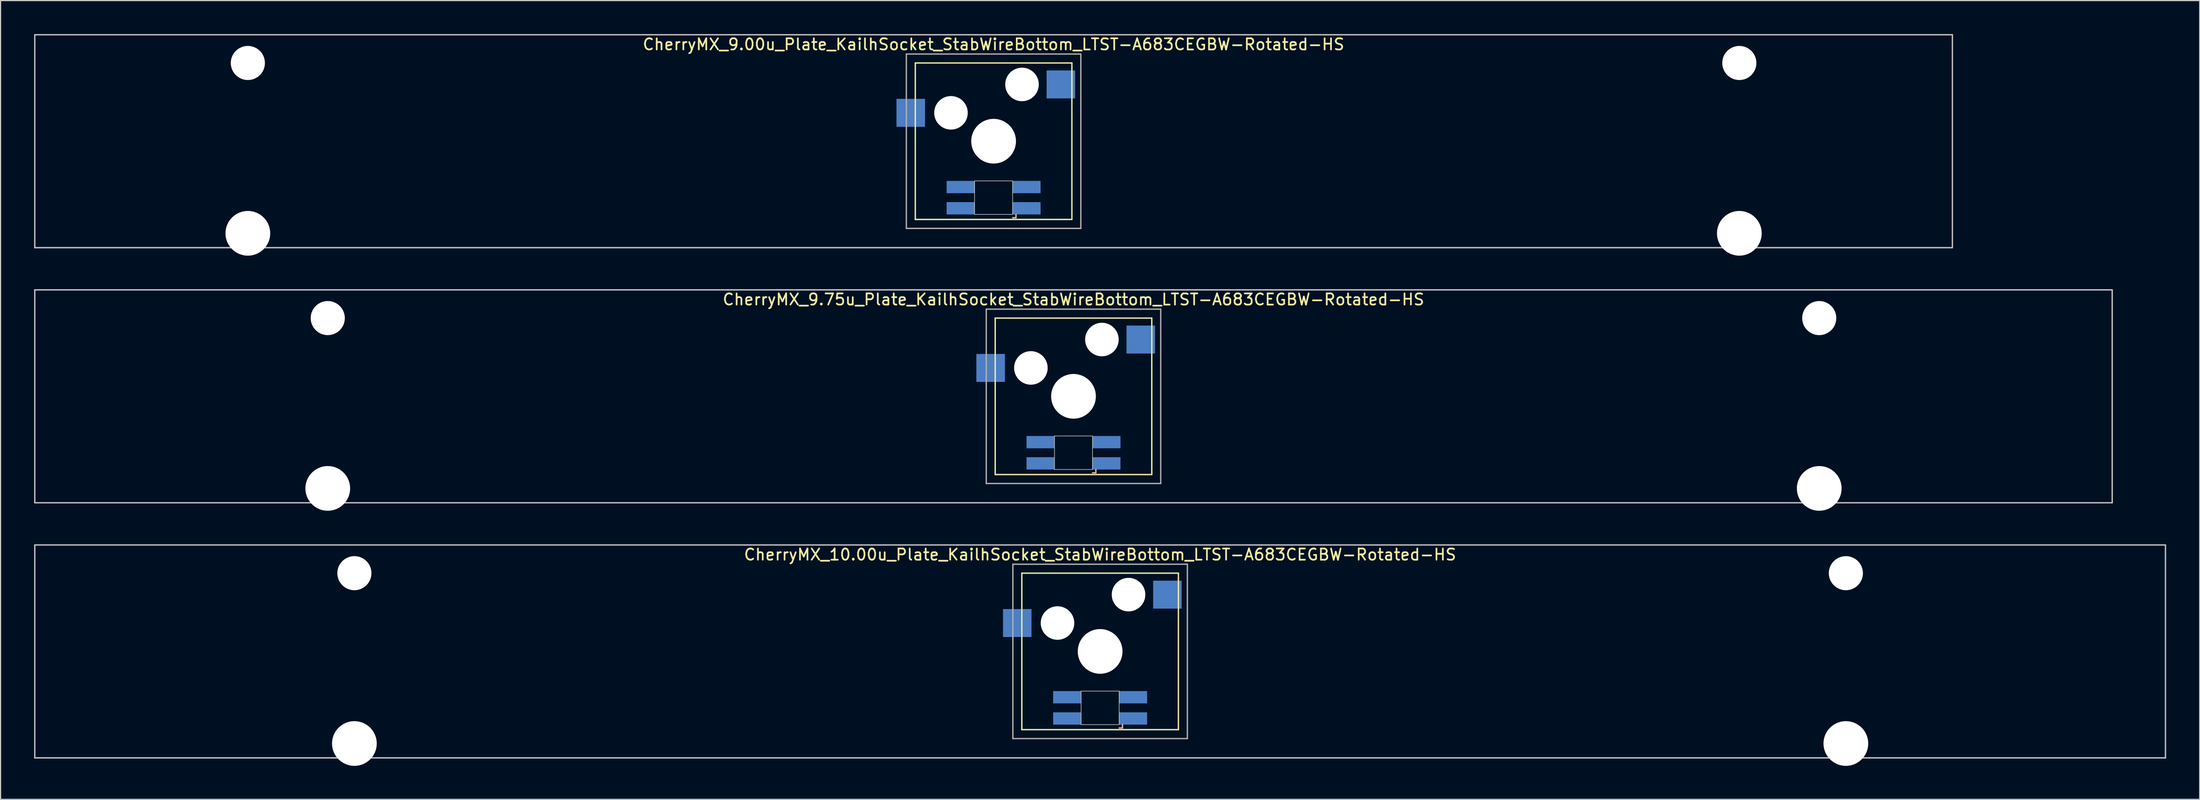
<source format=kicad_pcb>
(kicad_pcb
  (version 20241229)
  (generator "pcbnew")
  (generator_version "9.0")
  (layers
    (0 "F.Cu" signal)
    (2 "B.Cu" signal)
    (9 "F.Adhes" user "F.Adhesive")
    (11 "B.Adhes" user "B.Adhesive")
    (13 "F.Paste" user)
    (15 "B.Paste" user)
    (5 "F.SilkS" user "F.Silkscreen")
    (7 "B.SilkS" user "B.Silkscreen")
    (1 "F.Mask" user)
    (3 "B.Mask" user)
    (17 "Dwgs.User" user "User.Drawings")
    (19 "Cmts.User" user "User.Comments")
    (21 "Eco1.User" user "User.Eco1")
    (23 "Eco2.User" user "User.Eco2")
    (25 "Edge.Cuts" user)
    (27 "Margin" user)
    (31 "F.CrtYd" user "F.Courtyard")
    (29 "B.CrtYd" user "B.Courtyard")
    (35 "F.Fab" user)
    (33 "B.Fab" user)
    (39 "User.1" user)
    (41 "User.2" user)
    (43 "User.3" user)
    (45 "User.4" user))
  (footprint "CherryMX_10.00u_Plate_KailhSocket_StabWireBottom_LTST-A683CEGBW-Rotated-HS"
    (layer "F.Cu")
    (at 95.31 55.235)
    (property "Reference" "CherryMX_10.00u_Plate_KailhSocket_StabWireBottom_LTST-A683CEGBW-Rotated-HS" (at 0 -8.662 0) (layer "F.SilkS") (effects (font (size 1 1) (thickness 0.15))))
    (attr through_hole)
    (fp_line (start -7 -7) (end -7 7) (stroke (width 0.12) (type solid)) (layer "F.SilkS"))
    (fp_line (start -7 -7) (end 7 -7) (stroke (width 0.12) (type solid)) (layer "F.SilkS"))
    (fp_line (start 7 -7) (end 7 7) (stroke (width 0.12) (type solid)) (layer "F.SilkS"))
    (fp_line (start 7 7) (end -7 7) (stroke (width 0.12) (type solid)) (layer "F.SilkS"))
    (fp_line (start 1.7 6.85) (end 2 6.85) (stroke (width 0.12) (type solid)) (layer "B.SilkS"))
    (fp_line (start 2 6.85) (end 2 6.55) (stroke (width 0.12) (type solid)) (layer "B.SilkS"))
    (fp_line (start -95.25 -9.525) (end 95.25 -9.525) (stroke (width 0.12) (type solid)) (layer "Dwgs.User"))
    (fp_line (start -95.25 9.525) (end -95.25 -9.525) (stroke (width 0.12) (type solid)) (layer "Dwgs.User"))
    (fp_line (start 95.25 -9.525) (end 95.25 9.525) (stroke (width 0.12) (type solid)) (layer "Dwgs.User"))
    (fp_line (start 95.25 9.525) (end -95.25 9.525) (stroke (width 0.12) (type solid)) (layer "Dwgs.User"))
    (fp_line (start -1.7 3.55) (end 1.7 3.55) (stroke (width 0.05) (type solid)) (layer "Edge.Cuts"))
    (fp_line (start -1.7 6.55) (end -1.7 3.55) (stroke (width 0.05) (type solid)) (layer "Edge.Cuts"))
    (fp_line (start 1.7 3.55) (end 1.7 6.55) (stroke (width 0.05) (type solid)) (layer "Edge.Cuts"))
    (fp_line (start 1.7 6.55) (end -1.7 6.55) (stroke (width 0.05) (type solid)) (layer "Edge.Cuts"))
    (fp_line (start -7.8 -7.8) (end -7.8 7.8) (stroke (width 0.12) (type solid)) (layer "F.Fab"))
    (fp_line (start -7.8 -7.8) (end 7.8 -7.8) (stroke (width 0.12) (type solid)) (layer "F.Fab"))
    (fp_line (start -7.8 7.8) (end 7.8 7.8) (stroke (width 0.12) (type solid)) (layer "F.Fab"))
    (fp_line (start 7.8 -7.8) (end 7.8 7.8) (stroke (width 0.12) (type solid)) (layer "F.Fab"))
    (pad "" np_thru_hole circle (at -66.675 -7) (size 3.05 3.05) (drill 3.05) (layers "*.Cu" "*.Mask"))
    (pad "" np_thru_hole circle (at -66.675 8.24) (size 4 4) (drill 4) (layers "*.Cu" "*.Mask"))
    (pad "" np_thru_hole circle (at -3.81 -2.54) (size 3 3) (drill 3) (layers "*.Cu" "*.Mask"))
    (pad "" np_thru_hole circle (at 0 0) (size 4 4) (drill 4) (layers "*.Cu" "*.Mask"))
    (pad "" np_thru_hole circle (at 2.54 -5.08) (size 3 3) (drill 3) (layers "*.Cu" "*.Mask"))
    (pad "" np_thru_hole circle (at 66.675 -7) (size 3.05 3.05) (drill 3.05) (layers "*.Cu" "*.Mask"))
    (pad "" np_thru_hole circle (at 66.675 8.24) (size 4 4) (drill 4) (layers "*.Cu" "*.Mask"))
    (pad "1" smd rect (at -7.41 -2.54) (size 2.55 2.5) (layers "B.Cu" "B.Mask" "B.Paste"))
    (pad "2" smd rect (at 6.015 -5.08) (size 2.55 2.5) (layers "B.Cu" "B.Mask" "B.Paste"))
    (pad "3" smd rect (at 2.95 6) (size 2.5 1.1) (layers "B.Cu" "B.Mask" "B.Paste"))
    (pad "4" smd rect (at 2.95 4.1) (size 2.5 1.1) (layers "B.Cu" "B.Mask" "B.Paste"))
    (pad "5" smd rect (at -2.95 6) (size 2.5 1.1) (layers "B.Cu" "B.Mask" "B.Paste"))
    (pad "6" smd rect (at -2.95 4.1) (size 2.5 1.1) (layers "B.Cu" "B.Mask" "B.Paste")))
  (footprint "CherryMX_9.75u_Plate_KailhSocket_StabWireBottom_LTST-A683CEGBW-Rotated-HS"
    (layer "F.Cu")
    (at 92.929 32.41)
    (property "Reference" "CherryMX_9.75u_Plate_KailhSocket_StabWireBottom_LTST-A683CEGBW-Rotated-HS" (at 0 -8.662 0) (layer "F.SilkS") (effects (font (size 1 1) (thickness 0.15))))
    (attr through_hole)
    (fp_line (start -7 -7) (end -7 7) (stroke (width 0.12) (type solid)) (layer "F.SilkS"))
    (fp_line (start -7 -7) (end 7 -7) (stroke (width 0.12) (type solid)) (layer "F.SilkS"))
    (fp_line (start 7 -7) (end 7 7) (stroke (width 0.12) (type solid)) (layer "F.SilkS"))
    (fp_line (start 7 7) (end -7 7) (stroke (width 0.12) (type solid)) (layer "F.SilkS"))
    (fp_line (start 1.7 6.85) (end 2 6.85) (stroke (width 0.12) (type solid)) (layer "B.SilkS"))
    (fp_line (start 2 6.85) (end 2 6.55) (stroke (width 0.12) (type solid)) (layer "B.SilkS"))
    (fp_line (start -92.869 -9.525) (end 92.869 -9.525) (stroke (width 0.12) (type solid)) (layer "Dwgs.User"))
    (fp_line (start -92.869 9.525) (end -92.869 -9.525) (stroke (width 0.12) (type solid)) (layer "Dwgs.User"))
    (fp_line (start 92.869 -9.525) (end 92.869 9.525) (stroke (width 0.12) (type solid)) (layer "Dwgs.User"))
    (fp_line (start 92.869 9.525) (end -92.869 9.525) (stroke (width 0.12) (type solid)) (layer "Dwgs.User"))
    (fp_line (start -1.7 3.55) (end 1.7 3.55) (stroke (width 0.05) (type solid)) (layer "Edge.Cuts"))
    (fp_line (start -1.7 6.55) (end -1.7 3.55) (stroke (width 0.05) (type solid)) (layer "Edge.Cuts"))
    (fp_line (start 1.7 3.55) (end 1.7 6.55) (stroke (width 0.05) (type solid)) (layer "Edge.Cuts"))
    (fp_line (start 1.7 6.55) (end -1.7 6.55) (stroke (width 0.05) (type solid)) (layer "Edge.Cuts"))
    (fp_line (start -7.8 -7.8) (end -7.8 7.8) (stroke (width 0.12) (type solid)) (layer "F.Fab"))
    (fp_line (start -7.8 -7.8) (end 7.8 -7.8) (stroke (width 0.12) (type solid)) (layer "F.Fab"))
    (fp_line (start -7.8 7.8) (end 7.8 7.8) (stroke (width 0.12) (type solid)) (layer "F.Fab"))
    (fp_line (start 7.8 -7.8) (end 7.8 7.8) (stroke (width 0.12) (type solid)) (layer "F.Fab"))
    (pad "" np_thru_hole circle (at -66.675 -7) (size 3.05 3.05) (drill 3.05) (layers "*.Cu" "*.Mask"))
    (pad "" np_thru_hole circle (at -66.675 8.24) (size 4 4) (drill 4) (layers "*.Cu" "*.Mask"))
    (pad "" np_thru_hole circle (at -3.81 -2.54) (size 3 3) (drill 3) (layers "*.Cu" "*.Mask"))
    (pad "" np_thru_hole circle (at 0 0) (size 4 4) (drill 4) (layers "*.Cu" "*.Mask"))
    (pad "" np_thru_hole circle (at 2.54 -5.08) (size 3 3) (drill 3) (layers "*.Cu" "*.Mask"))
    (pad "" np_thru_hole circle (at 66.675 -7) (size 3.05 3.05) (drill 3.05) (layers "*.Cu" "*.Mask"))
    (pad "" np_thru_hole circle (at 66.675 8.24) (size 4 4) (drill 4) (layers "*.Cu" "*.Mask"))
    (pad "1" smd rect (at -7.41 -2.54) (size 2.55 2.5) (layers "B.Cu" "B.Mask" "B.Paste"))
    (pad "2" smd rect (at 6.015 -5.08) (size 2.55 2.5) (layers "B.Cu" "B.Mask" "B.Paste"))
    (pad "3" smd rect (at 2.95 6) (size 2.5 1.1) (layers "B.Cu" "B.Mask" "B.Paste"))
    (pad "4" smd rect (at 2.95 4.1) (size 2.5 1.1) (layers "B.Cu" "B.Mask" "B.Paste"))
    (pad "5" smd rect (at -2.95 6) (size 2.5 1.1) (layers "B.Cu" "B.Mask" "B.Paste"))
    (pad "6" smd rect (at -2.95 4.1) (size 2.5 1.1) (layers "B.Cu" "B.Mask" "B.Paste")))
  (footprint "CherryMX_9.00u_Plate_KailhSocket_StabWireBottom_LTST-A683CEGBW-Rotated-HS"
    (layer "F.Cu")
    (at 85.785 9.585)
    (property "Reference" "CherryMX_9.00u_Plate_KailhSocket_StabWireBottom_LTST-A683CEGBW-Rotated-HS" (at 0 -8.662 0) (layer "F.SilkS") (effects (font (size 1 1) (thickness 0.15))))
    (attr through_hole)
    (fp_line (start -7 -7) (end -7 7) (stroke (width 0.12) (type solid)) (layer "F.SilkS"))
    (fp_line (start -7 -7) (end 7 -7) (stroke (width 0.12) (type solid)) (layer "F.SilkS"))
    (fp_line (start 7 -7) (end 7 7) (stroke (width 0.12) (type solid)) (layer "F.SilkS"))
    (fp_line (start 7 7) (end -7 7) (stroke (width 0.12) (type solid)) (layer "F.SilkS"))
    (fp_line (start 1.7 6.85) (end 2 6.85) (stroke (width 0.12) (type solid)) (layer "B.SilkS"))
    (fp_line (start 2 6.85) (end 2 6.55) (stroke (width 0.12) (type solid)) (layer "B.SilkS"))
    (fp_line (start -85.725 -9.525) (end 85.725 -9.525) (stroke (width 0.12) (type solid)) (layer "Dwgs.User"))
    (fp_line (start -85.725 9.525) (end -85.725 -9.525) (stroke (width 0.12) (type solid)) (layer "Dwgs.User"))
    (fp_line (start 85.725 -9.525) (end 85.725 9.525) (stroke (width 0.12) (type solid)) (layer "Dwgs.User"))
    (fp_line (start 85.725 9.525) (end -85.725 9.525) (stroke (width 0.12) (type solid)) (layer "Dwgs.User"))
    (fp_line (start -1.7 3.55) (end 1.7 3.55) (stroke (width 0.05) (type solid)) (layer "Edge.Cuts"))
    (fp_line (start -1.7 6.55) (end -1.7 3.55) (stroke (width 0.05) (type solid)) (layer "Edge.Cuts"))
    (fp_line (start 1.7 3.55) (end 1.7 6.55) (stroke (width 0.05) (type solid)) (layer "Edge.Cuts"))
    (fp_line (start 1.7 6.55) (end -1.7 6.55) (stroke (width 0.05) (type solid)) (layer "Edge.Cuts"))
    (fp_line (start -7.8 -7.8) (end -7.8 7.8) (stroke (width 0.12) (type solid)) (layer "F.Fab"))
    (fp_line (start -7.8 -7.8) (end 7.8 -7.8) (stroke (width 0.12) (type solid)) (layer "F.Fab"))
    (fp_line (start -7.8 7.8) (end 7.8 7.8) (stroke (width 0.12) (type solid)) (layer "F.Fab"))
    (fp_line (start 7.8 -7.8) (end 7.8 7.8) (stroke (width 0.12) (type solid)) (layer "F.Fab"))
    (pad "" np_thru_hole circle (at -66.675 -7) (size 3.05 3.05) (drill 3.05) (layers "*.Cu" "*.Mask"))
    (pad "" np_thru_hole circle (at -66.675 8.24) (size 4 4) (drill 4) (layers "*.Cu" "*.Mask"))
    (pad "" np_thru_hole circle (at -3.81 -2.54) (size 3 3) (drill 3) (layers "*.Cu" "*.Mask"))
    (pad "" np_thru_hole circle (at 0 0) (size 4 4) (drill 4) (layers "*.Cu" "*.Mask"))
    (pad "" np_thru_hole circle (at 2.54 -5.08) (size 3 3) (drill 3) (layers "*.Cu" "*.Mask"))
    (pad "" np_thru_hole circle (at 66.675 -7) (size 3.05 3.05) (drill 3.05) (layers "*.Cu" "*.Mask"))
    (pad "" np_thru_hole circle (at 66.675 8.24) (size 4 4) (drill 4) (layers "*.Cu" "*.Mask"))
    (pad "1" smd rect (at -7.41 -2.54) (size 2.55 2.5) (layers "B.Cu" "B.Mask" "B.Paste"))
    (pad "2" smd rect (at 6.015 -5.08) (size 2.55 2.5) (layers "B.Cu" "B.Mask" "B.Paste"))
    (pad "3" smd rect (at 2.95 6) (size 2.5 1.1) (layers "B.Cu" "B.Mask" "B.Paste"))
    (pad "4" smd rect (at 2.95 4.1) (size 2.5 1.1) (layers "B.Cu" "B.Mask" "B.Paste"))
    (pad "5" smd rect (at -2.95 6) (size 2.5 1.1) (layers "B.Cu" "B.Mask" "B.Paste"))
    (pad "6" smd rect (at -2.95 4.1) (size 2.5 1.1) (layers "B.Cu" "B.Mask" "B.Paste")))
  (gr_rect
    (start -3 -3)
    (end 193.62 68.475)
    (stroke (width 0.1) (type default))
    (fill no)
    (layer "Edge.Cuts")))
</source>
